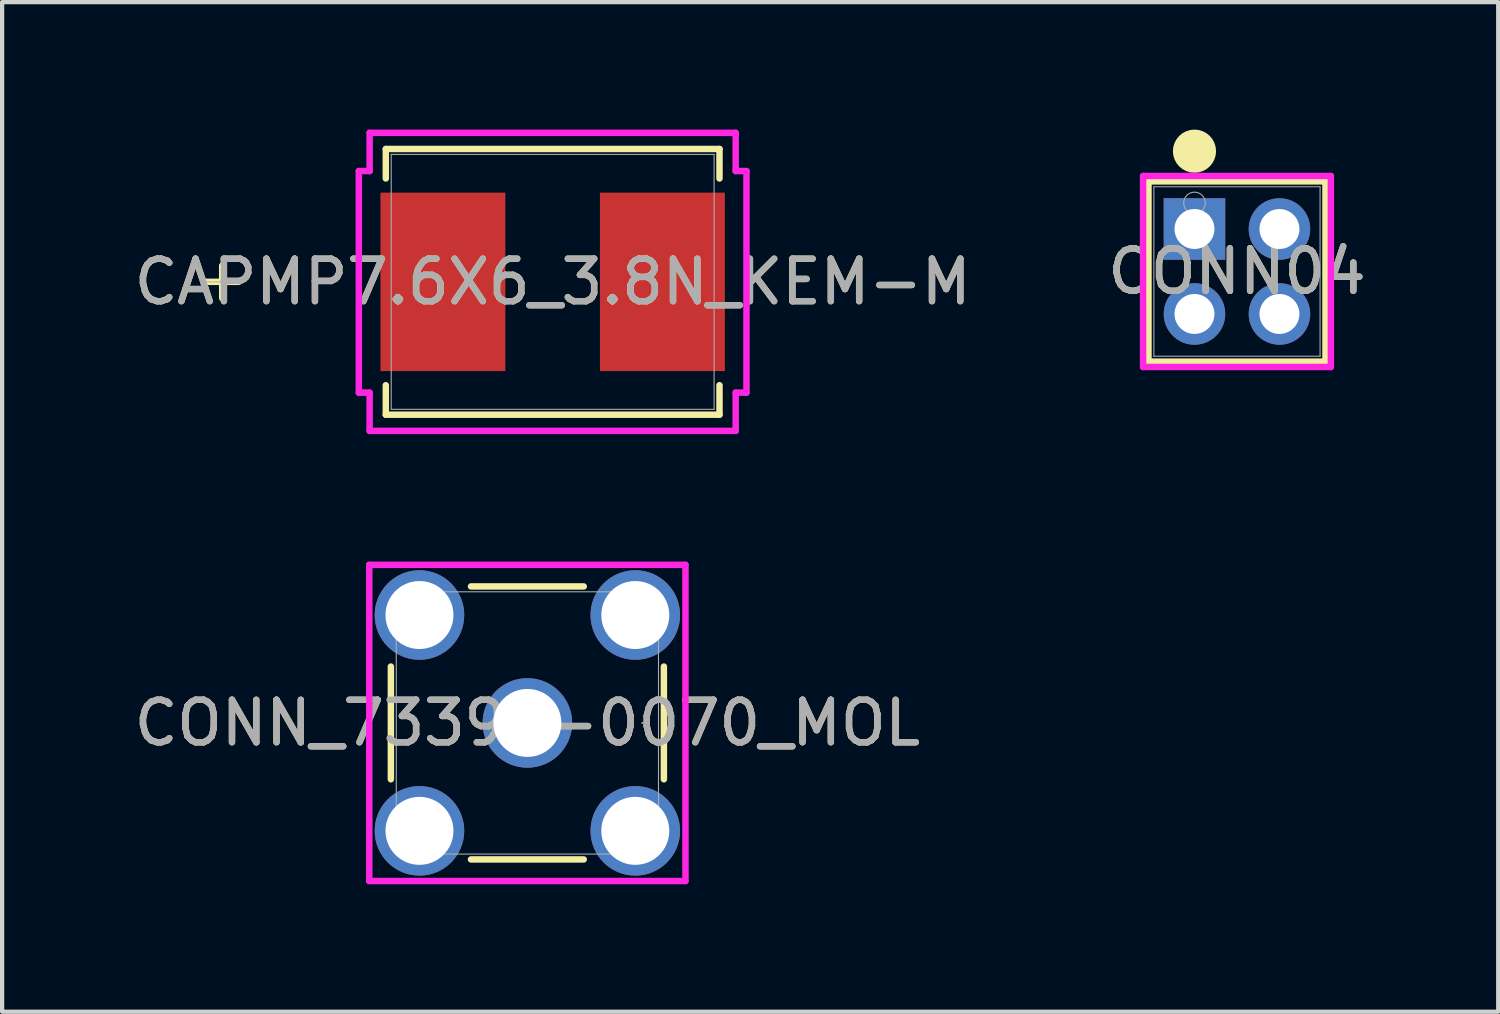
<source format=kicad_pcb>
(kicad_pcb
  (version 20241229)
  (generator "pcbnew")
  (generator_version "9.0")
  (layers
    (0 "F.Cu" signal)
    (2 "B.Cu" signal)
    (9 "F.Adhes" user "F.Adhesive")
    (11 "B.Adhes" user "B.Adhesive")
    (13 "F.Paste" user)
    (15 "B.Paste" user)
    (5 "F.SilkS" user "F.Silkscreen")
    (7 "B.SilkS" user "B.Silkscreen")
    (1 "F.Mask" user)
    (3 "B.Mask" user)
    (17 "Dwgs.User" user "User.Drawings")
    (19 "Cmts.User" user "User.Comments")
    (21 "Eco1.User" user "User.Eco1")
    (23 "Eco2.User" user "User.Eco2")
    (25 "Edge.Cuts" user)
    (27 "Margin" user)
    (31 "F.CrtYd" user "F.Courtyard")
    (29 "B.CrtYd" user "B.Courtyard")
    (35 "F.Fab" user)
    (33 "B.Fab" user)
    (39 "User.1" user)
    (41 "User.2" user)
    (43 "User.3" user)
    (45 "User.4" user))
  (footprint "CAPMP7.6X6_3.8N_KEM-M"
    (layer "F.Cu")
    (at 9.958 3.584)
    (property "Reference" "CAPMP7.6X6_3.8N_KEM-M" (at 0 0 0) (unlocked yes) (layer "F.SilkS") (effects (font (size 1 1) (thickness 0.15))))
    (attr smd)
    (fp_line (start -7.778 -0.381) (end -7.778 0.381) (stroke (width 0.152) (type solid)) (layer "F.SilkS"))
    (fp_line (start -7.397 0) (end -8.159 0) (stroke (width 0.152) (type solid)) (layer "F.SilkS"))
    (fp_line (start -3.927 -3.127) (end -3.927 -2.433) (stroke (width 0.152) (type solid)) (layer "F.SilkS"))
    (fp_line (start -3.927 2.433) (end -3.927 3.127) (stroke (width 0.152) (type solid)) (layer "F.SilkS"))
    (fp_line (start -3.927 3.127) (end 3.927 3.127) (stroke (width 0.152) (type solid)) (layer "F.SilkS"))
    (fp_line (start 3.927 -3.127) (end -3.927 -3.127) (stroke (width 0.152) (type solid)) (layer "F.SilkS"))
    (fp_line (start 3.927 -2.433) (end 3.927 -3.127) (stroke (width 0.152) (type solid)) (layer "F.SilkS"))
    (fp_line (start 3.927 3.127) (end 3.927 2.433) (stroke (width 0.152) (type solid)) (layer "F.SilkS"))
    (fp_line (start -4.562 -2.608) (end -4.308 -2.608) (stroke (width 0.152) (type solid)) (layer "F.CrtYd"))
    (fp_line (start -4.562 2.608) (end -4.562 -2.608) (stroke (width 0.152) (type solid)) (layer "F.CrtYd"))
    (fp_line (start -4.308 -3.508) (end 4.308 -3.508) (stroke (width 0.152) (type solid)) (layer "F.CrtYd"))
    (fp_line (start -4.308 -2.608) (end -4.308 -3.508) (stroke (width 0.152) (type solid)) (layer "F.CrtYd"))
    (fp_line (start -4.308 2.608) (end -4.562 2.608) (stroke (width 0.152) (type solid)) (layer "F.CrtYd"))
    (fp_line (start -4.308 3.508) (end -4.308 2.608) (stroke (width 0.152) (type solid)) (layer "F.CrtYd"))
    (fp_line (start 4.308 -3.508) (end 4.308 -2.608) (stroke (width 0.152) (type solid)) (layer "F.CrtYd"))
    (fp_line (start 4.308 -2.608) (end 4.562 -2.608) (stroke (width 0.152) (type solid)) (layer "F.CrtYd"))
    (fp_line (start 4.308 2.608) (end 4.308 3.508) (stroke (width 0.152) (type solid)) (layer "F.CrtYd"))
    (fp_line (start 4.308 3.508) (end -4.308 3.508) (stroke (width 0.152) (type solid)) (layer "F.CrtYd"))
    (fp_line (start 4.562 -2.608) (end 4.562 2.608) (stroke (width 0.152) (type solid)) (layer "F.CrtYd"))
    (fp_line (start 4.562 2.608) (end 4.308 2.608) (stroke (width 0.152) (type solid)) (layer "F.CrtYd"))
    (fp_line (start -7.778 -0.381) (end -7.778 0.381) (stroke (width 0.025) (type solid)) (layer "F.Fab"))
    (fp_line (start -7.397 0) (end -8.159 0) (stroke (width 0.025) (type solid)) (layer "F.Fab"))
    (fp_line (start -3.8 -3) (end -3.8 3) (stroke (width 0.025) (type solid)) (layer "F.Fab"))
    (fp_line (start -3.8 3) (end 3.8 3) (stroke (width 0.025) (type solid)) (layer "F.Fab"))
    (fp_line (start 3.8 -3) (end -3.8 -3) (stroke (width 0.025) (type solid)) (layer "F.Fab"))
    (fp_line (start 3.8 3) (end 3.8 -3) (stroke (width 0.025) (type solid)) (layer "F.Fab"))
    (fp_text user "${REFERENCE}" (at 0 0 0) (unlocked yes) (layer "F.Fab") (effects (font (size 1 1) (thickness 0.15))))
    (pad "1" smd rect (at -2.583 0 90) (size 4.2 2.941) (layers "F.Cu" "F.Mask" "F.Paste"))
    (pad "2" smd rect (at 2.583 0 90) (size 4.2 2.941) (layers "F.Cu" "F.Mask" "F.Paste"))
    (zone (net_name "") (layer "F.Cu") (hatch full 0.508) (connect_pads) (min_thickness 0.254) (filled_areas_thickness no) (keepout (tracks not_allowed) (vias not_allowed) (pads allowed) (copperpour not_allowed) (footprints allowed)) (placement (enabled no)) (fill) (polygon (pts (xy 6.209 0.635) (xy 13.708 0.635) (xy 13.708 1.433) (xy 6.209 1.433))))
    (zone (net_name "") (layer "F.Cu") (hatch full 0.508) (connect_pads) (min_thickness 0.254) (filled_areas_thickness no) (keepout (tracks not_allowed) (vias not_allowed) (pads allowed) (copperpour not_allowed) (footprints allowed)) (placement (enabled no)) (fill) (polygon (pts (xy 6.209 5.735) (xy 13.708 5.735) (xy 13.708 6.533) (xy 6.209 6.533))))
    (zone (net_name "") (layer "F.Cu") (hatch full 0.508) (connect_pads) (min_thickness 0.254) (filled_areas_thickness no) (keepout (tracks not_allowed) (vias not_allowed) (pads allowed) (copperpour not_allowed) (footprints allowed)) (placement (enabled no)) (fill) (polygon (pts (xy 8.597 1.433) (xy 11.32 1.433) (xy 11.32 5.735) (xy 8.597 5.735)))))
  (footprint "CONN04"
    (layer "F.Cu")
    (at 25.065 2.34)
    (property "Reference" "CONN04" (at 1 1 0) (unlocked yes) (layer "F.SilkS") (effects (font (size 1 1) (thickness 0.15))))
    (attr through_hole)
    (fp_line (start -1.083 -1.121) (end -1.083 3.121) (stroke (width 0.152) (type solid)) (layer "F.SilkS"))
    (fp_line (start -1.083 3.121) (end 3.083 3.121) (stroke (width 0.152) (type solid)) (layer "F.SilkS"))
    (fp_line (start 3.083 -1.121) (end -1.083 -1.121) (stroke (width 0.152) (type solid)) (layer "F.SilkS"))
    (fp_line (start 3.083 3.121) (end 3.083 -1.121) (stroke (width 0.152) (type solid)) (layer "F.SilkS"))
    (fp_circle (center 0 -1.832) (end 0.254 -1.832) (stroke (width 0.508) (type solid)) (fill no) (layer "F.SilkS"))
    (fp_line (start -1.21 -1.248) (end -1.21 3.248) (stroke (width 0.152) (type solid)) (layer "F.CrtYd"))
    (fp_line (start -1.21 3.248) (end 3.21 3.248) (stroke (width 0.152) (type solid)) (layer "F.CrtYd"))
    (fp_line (start 3.21 -1.248) (end -1.21 -1.248) (stroke (width 0.152) (type solid)) (layer "F.CrtYd"))
    (fp_line (start 3.21 3.248) (end 3.21 -1.248) (stroke (width 0.152) (type solid)) (layer "F.CrtYd"))
    (fp_line (start -0.956 -0.994) (end -0.956 2.994) (stroke (width 0.025) (type solid)) (layer "F.Fab"))
    (fp_line (start -0.956 2.994) (end 2.956 2.994) (stroke (width 0.025) (type solid)) (layer "F.Fab"))
    (fp_line (start 2.956 -0.994) (end -0.956 -0.994) (stroke (width 0.025) (type solid)) (layer "F.Fab"))
    (fp_line (start 2.956 2.994) (end 2.956 -0.994) (stroke (width 0.025) (type solid)) (layer "F.Fab"))
    (fp_circle (center 0 -0.613) (end 0.254 -0.613) (stroke (width 0.025) (type solid)) (fill no) (layer "F.Fab"))
    (fp_text user "${REFERENCE}" (at 1 1 0) (unlocked yes) (layer "F.Fab") (effects (font (size 1 1) (thickness 0.15))))
    (pad "1" thru_hole rect (at 0 0) (size 1.448 1.448) (drill 0.94) (layers "*.Cu" "*.Mask"))
    (pad "2" thru_hole circle (at 0 2) (size 1.448 1.448) (drill 0.94) (layers "*.Cu" "*.Mask"))
    (pad "3" thru_hole circle (at 2 0) (size 1.448 1.448) (drill 0.94) (layers "*.Cu" "*.Mask"))
    (pad "4" thru_hole circle (at 2 2) (size 1.448 1.448) (drill 0.94) (layers "*.Cu" "*.Mask")))
  (footprint "CONN_73391-0070_MOL"
    (layer "F.Cu")
    (at 9.363 13.966)
    (property "Reference" "CONN_73391-0070_MOL" (at 0 0 0) (unlocked yes) (layer "F.SilkS") (effects (font (size 1 1) (thickness 0.15))))
    (attr through_hole)
    (fp_line (start -3.213 -1.327) (end -3.213 1.327) (stroke (width 0.152) (type solid)) (layer "F.SilkS"))
    (fp_line (start -1.327 3.213) (end 1.327 3.213) (stroke (width 0.152) (type solid)) (layer "F.SilkS"))
    (fp_line (start 1.327 -3.213) (end -1.327 -3.213) (stroke (width 0.152) (type solid)) (layer "F.SilkS"))
    (fp_line (start 3.213 1.327) (end 3.213 -1.327) (stroke (width 0.152) (type solid)) (layer "F.SilkS"))
    (fp_line (start -3.721 -3.721) (end 3.721 -3.721) (stroke (width 0.152) (type solid)) (layer "F.CrtYd"))
    (fp_line (start -3.721 3.721) (end -3.721 -3.721) (stroke (width 0.152) (type solid)) (layer "F.CrtYd"))
    (fp_line (start 3.721 -3.721) (end 3.721 3.721) (stroke (width 0.152) (type solid)) (layer "F.CrtYd"))
    (fp_line (start 3.721 3.721) (end -3.721 3.721) (stroke (width 0.152) (type solid)) (layer "F.CrtYd"))
    (fp_line (start -3.086 -3.086) (end -3.086 3.086) (stroke (width 0.025) (type solid)) (layer "F.Fab"))
    (fp_line (start -3.086 3.086) (end 3.086 3.086) (stroke (width 0.025) (type solid)) (layer "F.Fab"))
    (fp_line (start 3.086 -3.086) (end -3.086 -3.086) (stroke (width 0.025) (type solid)) (layer "F.Fab"))
    (fp_line (start 3.086 3.086) (end 3.086 -3.086) (stroke (width 0.025) (type solid)) (layer "F.Fab"))
    (fp_circle (center 2.705 0) (end 2.705 0) (stroke (width 0.025) (type solid)) (fill no) (layer "F.Fab"))
    (fp_text user "${REFERENCE}" (at 0 0 0) (unlocked yes) (layer "F.Fab") (effects (font (size 1 1) (thickness 0.15))))
    (pad "1" thru_hole circle (at 0 0) (size 2.108 2.108) (drill 1.6) (layers "*.Cu" "*.Mask"))
    (pad "2" thru_hole circle (at -2.54 -2.54) (size 2.108 2.108) (drill 1.6) (layers "*.Cu" "*.Mask"))
    (pad "3" thru_hole circle (at -2.54 2.54) (size 2.108 2.108) (drill 1.6) (layers "*.Cu" "*.Mask"))
    (pad "4" thru_hole circle (at 2.54 2.54) (size 2.108 2.108) (drill 1.6) (layers "*.Cu" "*.Mask"))
    (pad "5" thru_hole circle (at 2.54 -2.54) (size 2.108 2.108) (drill 1.6) (layers "*.Cu" "*.Mask")))
  (gr_rect
    (start -3 -3)
    (end 32.214 20.763)
    (stroke (width 0.1) (type default))
    (fill no)
    (layer "Edge.Cuts")))
</source>
